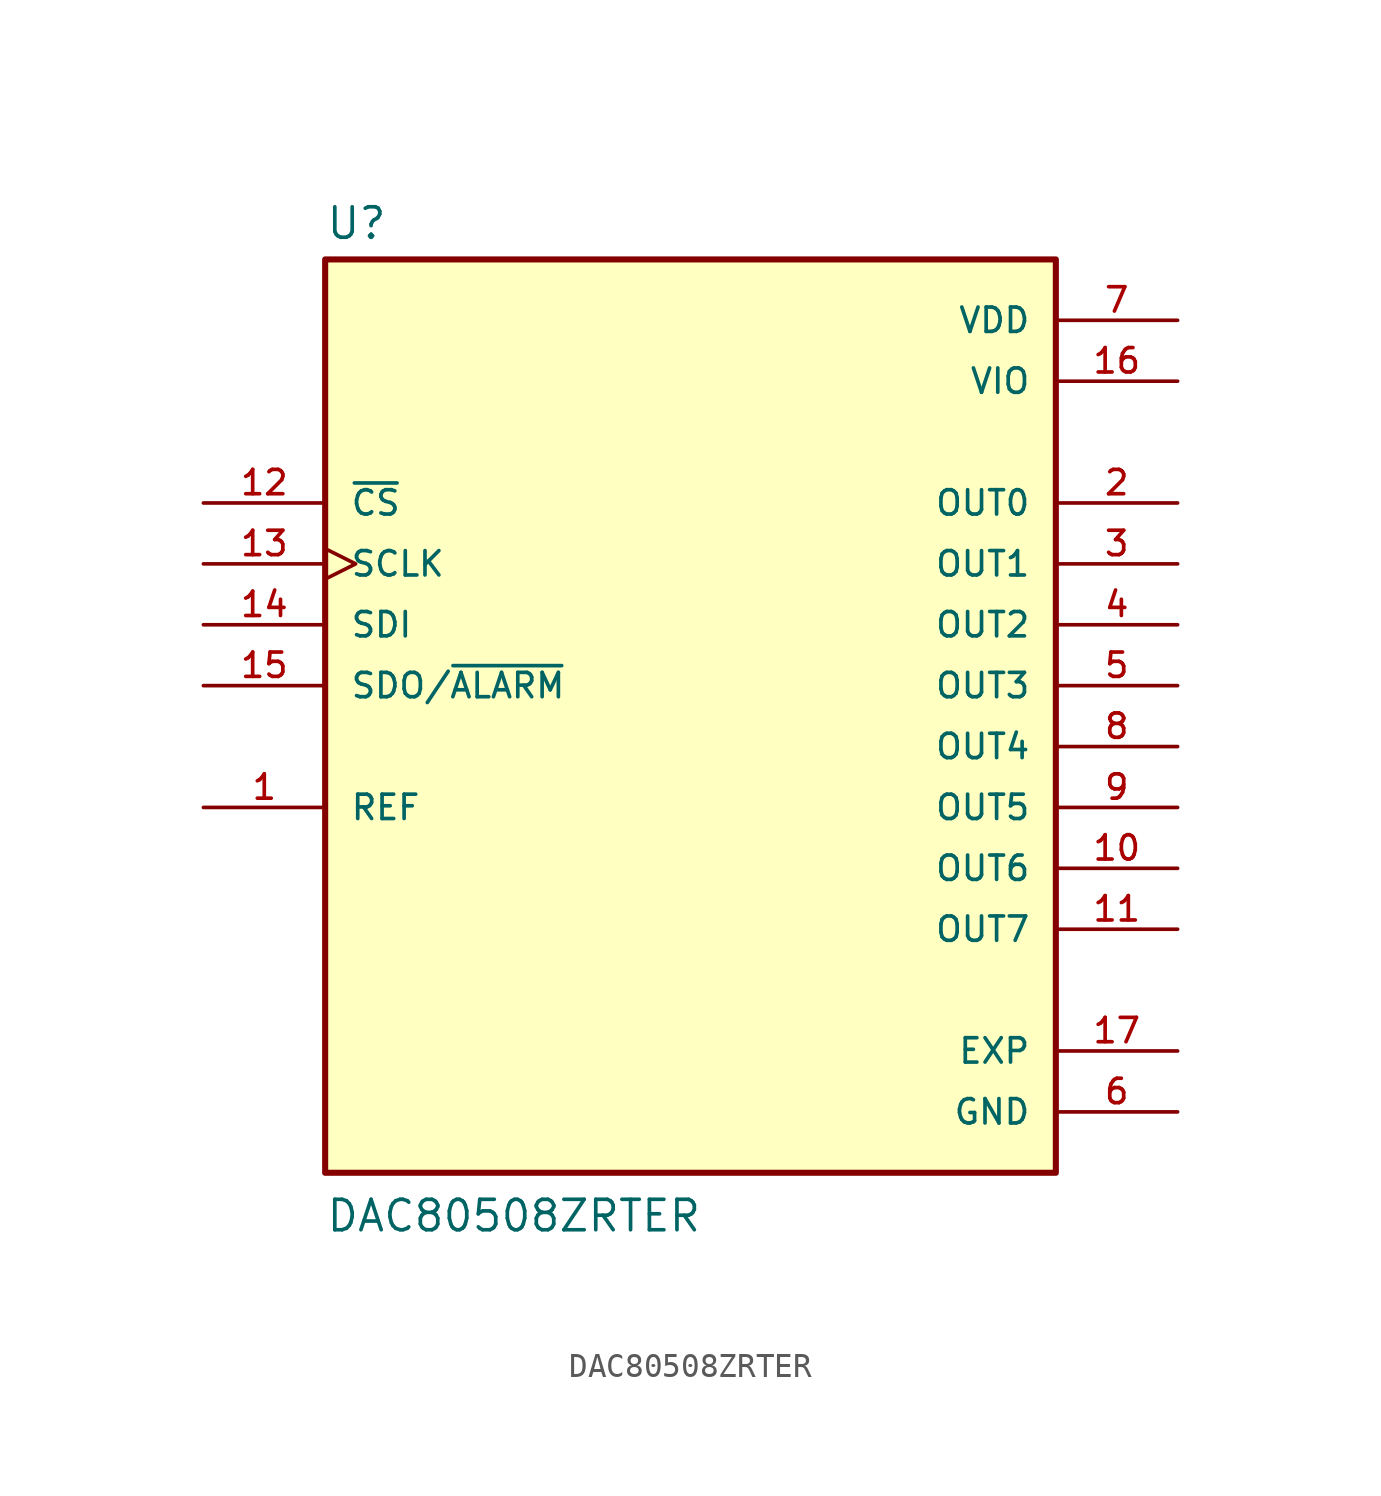
<source format=kicad_sym>
(kicad_symbol_lib
  (version 20231120)
  (generator "kicad_symbol_editor")
  (generator_version "8.0")
  (symbol "DAC80508ZRTER"
    (pin_names
      (offset 1.016))
    (property "Reference" "U"
      (at -15.24 18.542 0)
      (effects (font (size 1.27 1.27)) (justify left bottom)))
    (property "Value" "DAC80508ZRTER"
      (at -15.24 -22.86 0)
      (effects (font (size 1.27 1.27)) (justify left bottom)))
    (symbol "DAC80508ZRTER_0_0"
      (rectangle (start -15.24 -20.32) (end 15.24 17.78) (stroke (width 0.254) (type default)) (fill (type background)))
      (pin bidirectional line (at -20.32 -5.08 0) (length 5.08) (name "REF" (effects (font (size 1.016 1.016)))) (number "1" (effects (font (size 1.016 1.016)))))
      (pin output line (at 20.32 -7.62 180) (length 5.08) (name "OUT6" (effects (font (size 1.016 1.016)))) (number "10" (effects (font (size 1.016 1.016)))))
      (pin output line (at 20.32 -10.16 180) (length 5.08) (name "OUT7" (effects (font (size 1.016 1.016)))) (number "11" (effects (font (size 1.016 1.016)))))
      (pin input line (at -20.32 7.62 0) (length 5.08) (name "~{CS}" (effects (font (size 1.016 1.016)))) (number "12" (effects (font (size 1.016 1.016)))))
      (pin input clock (at -20.32 5.08 0) (length 5.08) (name "SCLK" (effects (font (size 1.016 1.016)))) (number "13" (effects (font (size 1.016 1.016)))))
      (pin input line (at -20.32 2.54 0) (length 5.08) (name "SDI" (effects (font (size 1.016 1.016)))) (number "14" (effects (font (size 1.016 1.016)))))
      (pin output line (at -20.32 0 0) (length 5.08) (name "SDO/~{ALARM}" (effects (font (size 1.016 1.016)))) (number "15" (effects (font (size 1.016 1.016)))))
      (pin power_in line (at 20.32 12.7 180) (length 5.08) (name "VIO" (effects (font (size 1.016 1.016)))) (number "16" (effects (font (size 1.016 1.016)))))
      (pin power_in line (at 20.32 -15.24 180) (length 5.08) (name "EXP" (effects (font (size 1.016 1.016)))) (number "17" (effects (font (size 1.016 1.016)))))
      (pin output line (at 20.32 7.62 180) (length 5.08) (name "OUT0" (effects (font (size 1.016 1.016)))) (number "2" (effects (font (size 1.016 1.016)))))
      (pin output line (at 20.32 5.08 180) (length 5.08) (name "OUT1" (effects (font (size 1.016 1.016)))) (number "3" (effects (font (size 1.016 1.016)))))
      (pin output line (at 20.32 2.54 180) (length 5.08) (name "OUT2" (effects (font (size 1.016 1.016)))) (number "4" (effects (font (size 1.016 1.016)))))
      (pin output line (at 20.32 0 180) (length 5.08) (name "OUT3" (effects (font (size 1.016 1.016)))) (number "5" (effects (font (size 1.016 1.016)))))
      (pin power_in line (at 20.32 -17.78 180) (length 5.08) (name "GND" (effects (font (size 1.016 1.016)))) (number "6" (effects (font (size 1.016 1.016)))))
      (pin power_in line (at 20.32 15.24 180) (length 5.08) (name "VDD" (effects (font (size 1.016 1.016)))) (number "7" (effects (font (size 1.016 1.016)))))
      (pin output line (at 20.32 -2.54 180) (length 5.08) (name "OUT4" (effects (font (size 1.016 1.016)))) (number "8" (effects (font (size 1.016 1.016)))))
      (pin output line (at 20.32 -5.08 180) (length 5.08) (name "OUT5" (effects (font (size 1.016 1.016)))) (number "9" (effects (font (size 1.016 1.016))))))))
</source>
